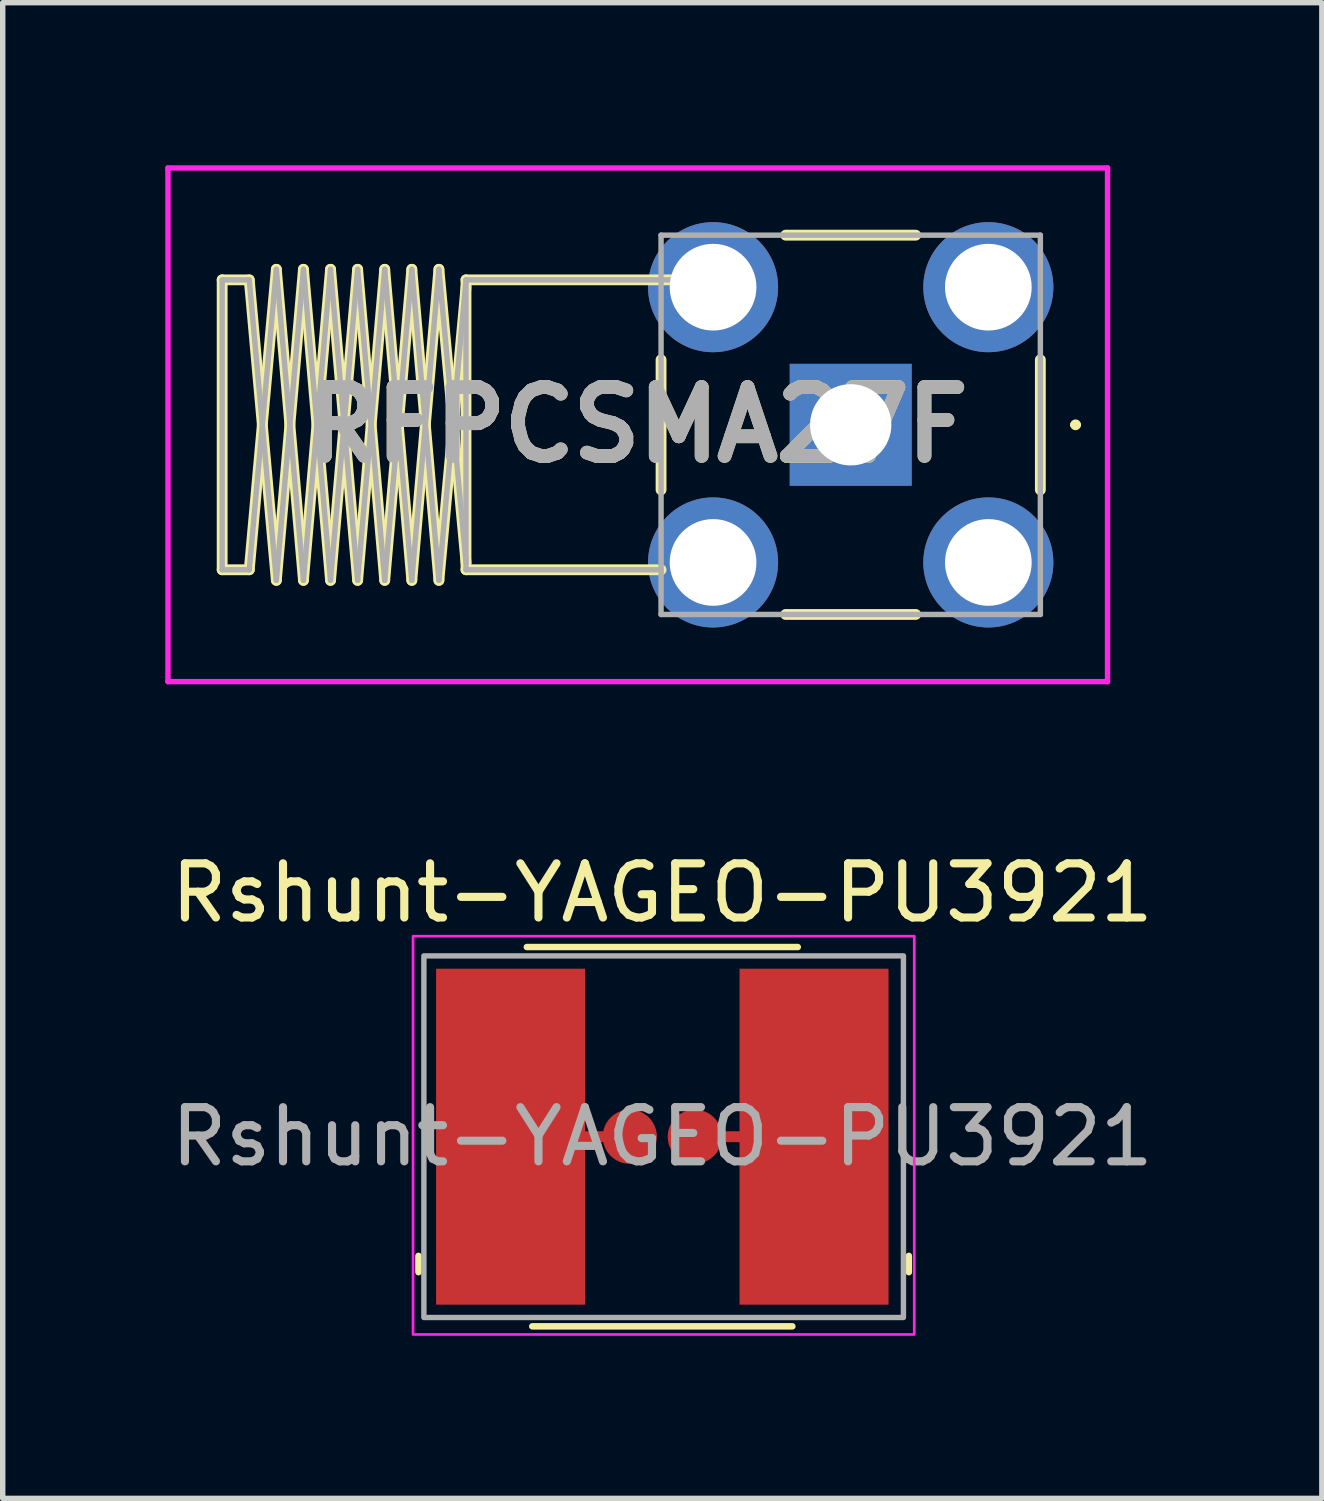
<source format=kicad_pcb>
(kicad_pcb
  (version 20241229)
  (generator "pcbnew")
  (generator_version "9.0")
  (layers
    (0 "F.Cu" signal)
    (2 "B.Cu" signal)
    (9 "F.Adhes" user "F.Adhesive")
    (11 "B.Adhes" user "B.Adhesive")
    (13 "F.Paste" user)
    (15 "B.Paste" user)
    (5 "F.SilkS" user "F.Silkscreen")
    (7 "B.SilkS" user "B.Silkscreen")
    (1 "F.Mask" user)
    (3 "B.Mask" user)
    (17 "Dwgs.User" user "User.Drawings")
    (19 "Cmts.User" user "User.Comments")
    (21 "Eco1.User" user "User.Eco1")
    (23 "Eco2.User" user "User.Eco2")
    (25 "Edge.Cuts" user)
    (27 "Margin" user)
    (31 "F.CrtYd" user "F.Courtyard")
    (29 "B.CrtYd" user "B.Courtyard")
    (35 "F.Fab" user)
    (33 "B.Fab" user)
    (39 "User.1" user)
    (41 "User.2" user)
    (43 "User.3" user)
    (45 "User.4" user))
  (footprint "Rshunt-YAGEO-PU3921"
    (layer "F.Cu")
    (at 9.173 17.928)
    (property "Reference" "Rshunt-YAGEO-PU3921" (at 0 -4.5 0) (layer "F.SilkS") (effects (font (size 1 1) (thickness 0.15))))
    (attr smd)
    (fp_line (start -0.6 0) (end -1.55 0) (stroke (width 0.2) (type solid)) (layer "F.Cu"))
    (fp_line (start 0.65 0) (end 1.75 0) (stroke (width 0.2) (type solid)) (layer "F.Cu"))
    (fp_line (start -4.5 2.2) (end -4.5 2.5) (stroke (width 0.12) (type default)) (layer "F.SilkS"))
    (fp_line (start -2.5 -3.5) (end 2.5 -3.5) (stroke (width 0.12) (type default)) (layer "F.SilkS"))
    (fp_line (start -2.4 3.5) (end 2.4 3.5) (stroke (width 0.12) (type default)) (layer "F.SilkS"))
    (fp_line (start 4.55 2.2) (end 4.55 2.5) (stroke (width 0.12) (type default)) (layer "F.SilkS"))
    (fp_rect (start -4.6 -3.7) (end 4.65 3.65) (stroke (width 0.05) (type default)) (fill no) (layer "F.CrtYd"))
    (fp_rect (start -4.4 -3.337) (end 4.45 3.337) (stroke (width 0.1) (type default)) (fill no) (layer "F.Fab"))
    (fp_text user "${REFERENCE}" (at 0 0 0) (layer "F.Fab") (effects (font (size 1 1) (thickness 0.15))))
    (pad "1" smd rect (at -2.8 0) (size 2.75 6.2) (layers "F.Cu" "F.Mask" "F.Paste"))
    (pad "2" smd circle (at -0.6 0) (size 1 1) (layers "F.Cu" "F.Mask" "F.Paste"))
    (pad "3" smd circle (at 0.6 0) (size 1 1) (layers "F.Cu" "F.Mask" "F.Paste"))
    (pad "4" smd rect (at 2.8 0) (size 2.75 6.2) (layers "F.Cu" "F.Mask" "F.Paste")))
  (footprint "RFPCSMA27F"
    (layer "F.Cu")
    (at 12.65 4.79)
    (property "Reference" "RFPCSMA27F" (at -3.93 0 0) (layer "F.SilkS") (effects (font (size 1.27 1.27) (thickness 0.254))))
    (attr through_hole)
    (fp_line (start -11.6 -2.675) (end -11.1 -2.675) (stroke (width 0.2) (type solid)) (layer "F.SilkS"))
    (fp_line (start -11.6 2.675) (end -11.6 -2.675) (stroke (width 0.2) (type solid)) (layer "F.SilkS"))
    (fp_line (start -11.1 -2.675) (end -10.6 2.87) (stroke (width 0.2) (type solid)) (layer "F.SilkS"))
    (fp_line (start -11.1 2.675) (end -11.6 2.675) (stroke (width 0.2) (type solid)) (layer "F.SilkS"))
    (fp_line (start -10.6 -2.87) (end -11.1 2.675) (stroke (width 0.2) (type solid)) (layer "F.SilkS"))
    (fp_line (start -10.6 2.87) (end -10.1 -2.87) (stroke (width 0.2) (type solid)) (layer "F.SilkS"))
    (fp_line (start -10.1 -2.87) (end -9.6 2.87) (stroke (width 0.2) (type solid)) (layer "F.SilkS"))
    (fp_line (start -10.1 2.87) (end -10.6 -2.87) (stroke (width 0.2) (type solid)) (layer "F.SilkS"))
    (fp_line (start -9.6 -2.87) (end -10.1 2.87) (stroke (width 0.2) (type solid)) (layer "F.SilkS"))
    (fp_line (start -9.6 2.87) (end -9.1 -2.87) (stroke (width 0.2) (type solid)) (layer "F.SilkS"))
    (fp_line (start -9.1 -2.87) (end -8.6 2.87) (stroke (width 0.2) (type solid)) (layer "F.SilkS"))
    (fp_line (start -9.1 2.87) (end -9.6 -2.87) (stroke (width 0.2) (type solid)) (layer "F.SilkS"))
    (fp_line (start -8.6 -2.87) (end -9.1 2.87) (stroke (width 0.2) (type solid)) (layer "F.SilkS"))
    (fp_line (start -8.6 2.87) (end -8.1 -2.87) (stroke (width 0.2) (type solid)) (layer "F.SilkS"))
    (fp_line (start -8.1 -2.87) (end -7.6 2.87) (stroke (width 0.2) (type solid)) (layer "F.SilkS"))
    (fp_line (start -8.1 2.87) (end -8.6 -2.87) (stroke (width 0.2) (type solid)) (layer "F.SilkS"))
    (fp_line (start -7.6 -2.87) (end -8.1 2.87) (stroke (width 0.2) (type solid)) (layer "F.SilkS"))
    (fp_line (start -7.6 2.87) (end -7.1 -2.54) (stroke (width 0.2) (type solid)) (layer "F.SilkS"))
    (fp_line (start -7.1 -2.675) (end -7.1 2.675) (stroke (width 0.2) (type solid)) (layer "F.SilkS"))
    (fp_line (start -7.1 2.54) (end -7.6 -2.87) (stroke (width 0.2) (type solid)) (layer "F.SilkS"))
    (fp_line (start -7.1 2.675) (end -3.5 2.675) (stroke (width 0.2) (type solid)) (layer "F.SilkS"))
    (fp_line (start -3.5 -1.2) (end -3.5 1.2) (stroke (width 0.2) (type solid)) (layer "F.SilkS"))
    (fp_line (start -3.1 -2.675) (end -7.1 -2.675) (stroke (width 0.2) (type solid)) (layer "F.SilkS"))
    (fp_line (start -1.2 -3.5) (end 1.2 -3.5) (stroke (width 0.2) (type solid)) (layer "F.SilkS"))
    (fp_line (start -1.2 3.5) (end 1.2 3.5) (stroke (width 0.2) (type solid)) (layer "F.SilkS"))
    (fp_line (start 3.5 -1.2) (end 3.5 1.2) (stroke (width 0.2) (type solid)) (layer "F.SilkS"))
    (fp_line (start 4.1 0) (end 4.1 0) (stroke (width 0.1) (type solid)) (layer "F.SilkS"))
    (fp_line (start 4.2 0) (end 4.2 0) (stroke (width 0.1) (type solid)) (layer "F.SilkS"))
    (fp_arc (start 4.1 0) (mid 4.15 -0.05) (end 4.2 0) (stroke (width 0.1) (type solid)) (layer "F.SilkS"))
    (fp_arc (start 4.2 0) (mid 4.15 0.05) (end 4.1 0) (stroke (width 0.1) (type solid)) (layer "F.SilkS"))
    (fp_line (start -12.6 -4.74) (end 4.74 -4.74) (stroke (width 0.1) (type solid)) (layer "F.CrtYd"))
    (fp_line (start -12.6 4.74) (end -12.6 -4.74) (stroke (width 0.1) (type solid)) (layer "F.CrtYd"))
    (fp_line (start 4.74 -4.74) (end 4.74 4.74) (stroke (width 0.1) (type solid)) (layer "F.CrtYd"))
    (fp_line (start 4.74 4.74) (end -12.6 4.74) (stroke (width 0.1) (type solid)) (layer "F.CrtYd"))
    (fp_line (start -11.6 -2.675) (end -11.6 2.675) (stroke (width 0.1) (type solid)) (layer "F.Fab"))
    (fp_line (start -11.6 2.675) (end -11.1 2.675) (stroke (width 0.1) (type solid)) (layer "F.Fab"))
    (fp_line (start -11.1 -2.675) (end -11.6 -2.675) (stroke (width 0.1) (type solid)) (layer "F.Fab"))
    (fp_line (start -11.1 2.675) (end -10.6 -2.87) (stroke (width 0.1) (type solid)) (layer "F.Fab"))
    (fp_line (start -10.6 -2.87) (end -10.1 2.87) (stroke (width 0.1) (type solid)) (layer "F.Fab"))
    (fp_line (start -10.6 2.87) (end -11.1 -2.675) (stroke (width 0.1) (type solid)) (layer "F.Fab"))
    (fp_line (start -10.1 -2.87) (end -10.6 2.87) (stroke (width 0.1) (type solid)) (layer "F.Fab"))
    (fp_line (start -10.1 2.87) (end -9.6 -2.87) (stroke (width 0.1) (type solid)) (layer "F.Fab"))
    (fp_line (start -9.6 -2.87) (end -9.1 2.87) (stroke (width 0.1) (type solid)) (layer "F.Fab"))
    (fp_line (start -9.6 2.87) (end -10.1 -2.87) (stroke (width 0.1) (type solid)) (layer "F.Fab"))
    (fp_line (start -9.1 -2.87) (end -9.6 2.87) (stroke (width 0.1) (type solid)) (layer "F.Fab"))
    (fp_line (start -9.1 2.87) (end -8.6 -2.87) (stroke (width 0.1) (type solid)) (layer "F.Fab"))
    (fp_line (start -8.6 -2.87) (end -8.1 2.87) (stroke (width 0.1) (type solid)) (layer "F.Fab"))
    (fp_line (start -8.6 2.87) (end -9.1 -2.87) (stroke (width 0.1) (type solid)) (layer "F.Fab"))
    (fp_line (start -8.1 -2.87) (end -8.6 2.87) (stroke (width 0.1) (type solid)) (layer "F.Fab"))
    (fp_line (start -8.1 2.87) (end -7.6 -2.87) (stroke (width 0.1) (type solid)) (layer "F.Fab"))
    (fp_line (start -7.6 -2.87) (end -7.1 2.54) (stroke (width 0.1) (type solid)) (layer "F.Fab"))
    (fp_line (start -7.6 2.87) (end -8.1 -2.87) (stroke (width 0.1) (type solid)) (layer "F.Fab"))
    (fp_line (start -7.1 -2.675) (end -7.6 2.87) (stroke (width 0.1) (type solid)) (layer "F.Fab"))
    (fp_line (start -7.1 -2.675) (end -7.1 2.675) (stroke (width 0.1) (type solid)) (layer "F.Fab"))
    (fp_line (start -7.1 2.675) (end -3.5 2.675) (stroke (width 0.1) (type solid)) (layer "F.Fab"))
    (fp_line (start -3.5 -3.5) (end 3.5 -3.5) (stroke (width 0.1) (type solid)) (layer "F.Fab"))
    (fp_line (start -3.5 3.5) (end -3.5 -3.5) (stroke (width 0.1) (type solid)) (layer "F.Fab"))
    (fp_line (start -3.1 -2.675) (end -7.1 -2.675) (stroke (width 0.1) (type solid)) (layer "F.Fab"))
    (fp_line (start 3.5 -3.5) (end 3.5 3.5) (stroke (width 0.1) (type solid)) (layer "F.Fab"))
    (fp_line (start 3.5 3.5) (end -3.5 3.5) (stroke (width 0.1) (type solid)) (layer "F.Fab"))
    (fp_text user "${REFERENCE}" (at -3.93 0 0) (layer "F.Fab") (effects (font (size 1.27 1.27) (thickness 0.254))))
    (pad "1" thru_hole rect (at 0 0) (size 2.25 2.25) (drill 1.5) (layers "*.Cu" "*.Mask"))
    (pad "2" thru_hole circle (at -2.54 2.54) (size 2.4 2.4) (drill 1.6) (layers "*.Cu" "*.Mask"))
    (pad "3" thru_hole circle (at 2.54 2.54) (size 2.4 2.4) (drill 1.6) (layers "*.Cu" "*.Mask"))
    (pad "4" thru_hole circle (at 2.54 -2.54) (size 2.4 2.4) (drill 1.6) (layers "*.Cu" "*.Mask"))
    (pad "5" thru_hole circle (at -2.54 -2.54) (size 2.4 2.4) (drill 1.6) (layers "*.Cu" "*.Mask")))
  (gr_rect
    (start -3 -3)
    (end 21.345 24.603)
    (stroke (width 0.1) (type default))
    (fill no)
    (layer "Edge.Cuts")))
</source>
